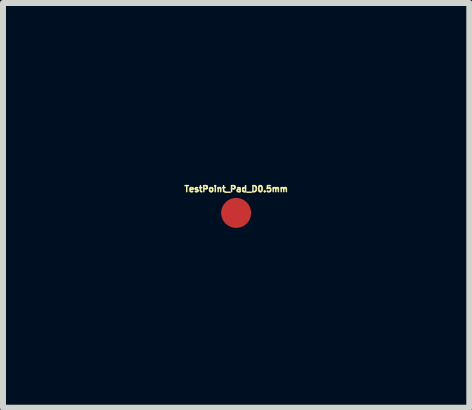
<source format=kicad_pcb>
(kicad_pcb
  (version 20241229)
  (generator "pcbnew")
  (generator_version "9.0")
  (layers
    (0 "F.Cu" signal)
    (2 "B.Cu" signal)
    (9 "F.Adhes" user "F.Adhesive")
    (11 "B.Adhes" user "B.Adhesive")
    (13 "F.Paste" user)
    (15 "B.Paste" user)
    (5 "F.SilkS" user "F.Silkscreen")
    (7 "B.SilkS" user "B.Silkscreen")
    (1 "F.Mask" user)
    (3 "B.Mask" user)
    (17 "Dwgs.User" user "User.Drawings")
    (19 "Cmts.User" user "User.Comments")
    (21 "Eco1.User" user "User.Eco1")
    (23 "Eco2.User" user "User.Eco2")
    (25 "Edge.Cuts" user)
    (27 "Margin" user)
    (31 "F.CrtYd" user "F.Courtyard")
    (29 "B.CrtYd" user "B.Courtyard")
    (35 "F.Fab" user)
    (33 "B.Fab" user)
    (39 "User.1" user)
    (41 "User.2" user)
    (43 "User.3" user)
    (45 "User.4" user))
  (footprint "TestPoint_Pad_D0.5mm"
    (layer "F.Cu")
    (at 0.889 0.502)
    (property "Reference" "TestPoint_Pad_D0.5mm" (at 0 -0.4 0) (layer "F.SilkS") (effects (font (size 0.1 0.1) (thickness 0.025))))
    (attr exclude_from_pos_files exclude_from_bom)
    (pad "1" smd circle (at 0 0) (size 0.5 0.5) (layers "F.Cu" "F.Mask")))
  (gr_rect
    (start -3 -3)
    (end 4.779 3.752)
    (stroke (width 0.1) (type default))
    (fill no)
    (layer "Edge.Cuts")))
</source>
